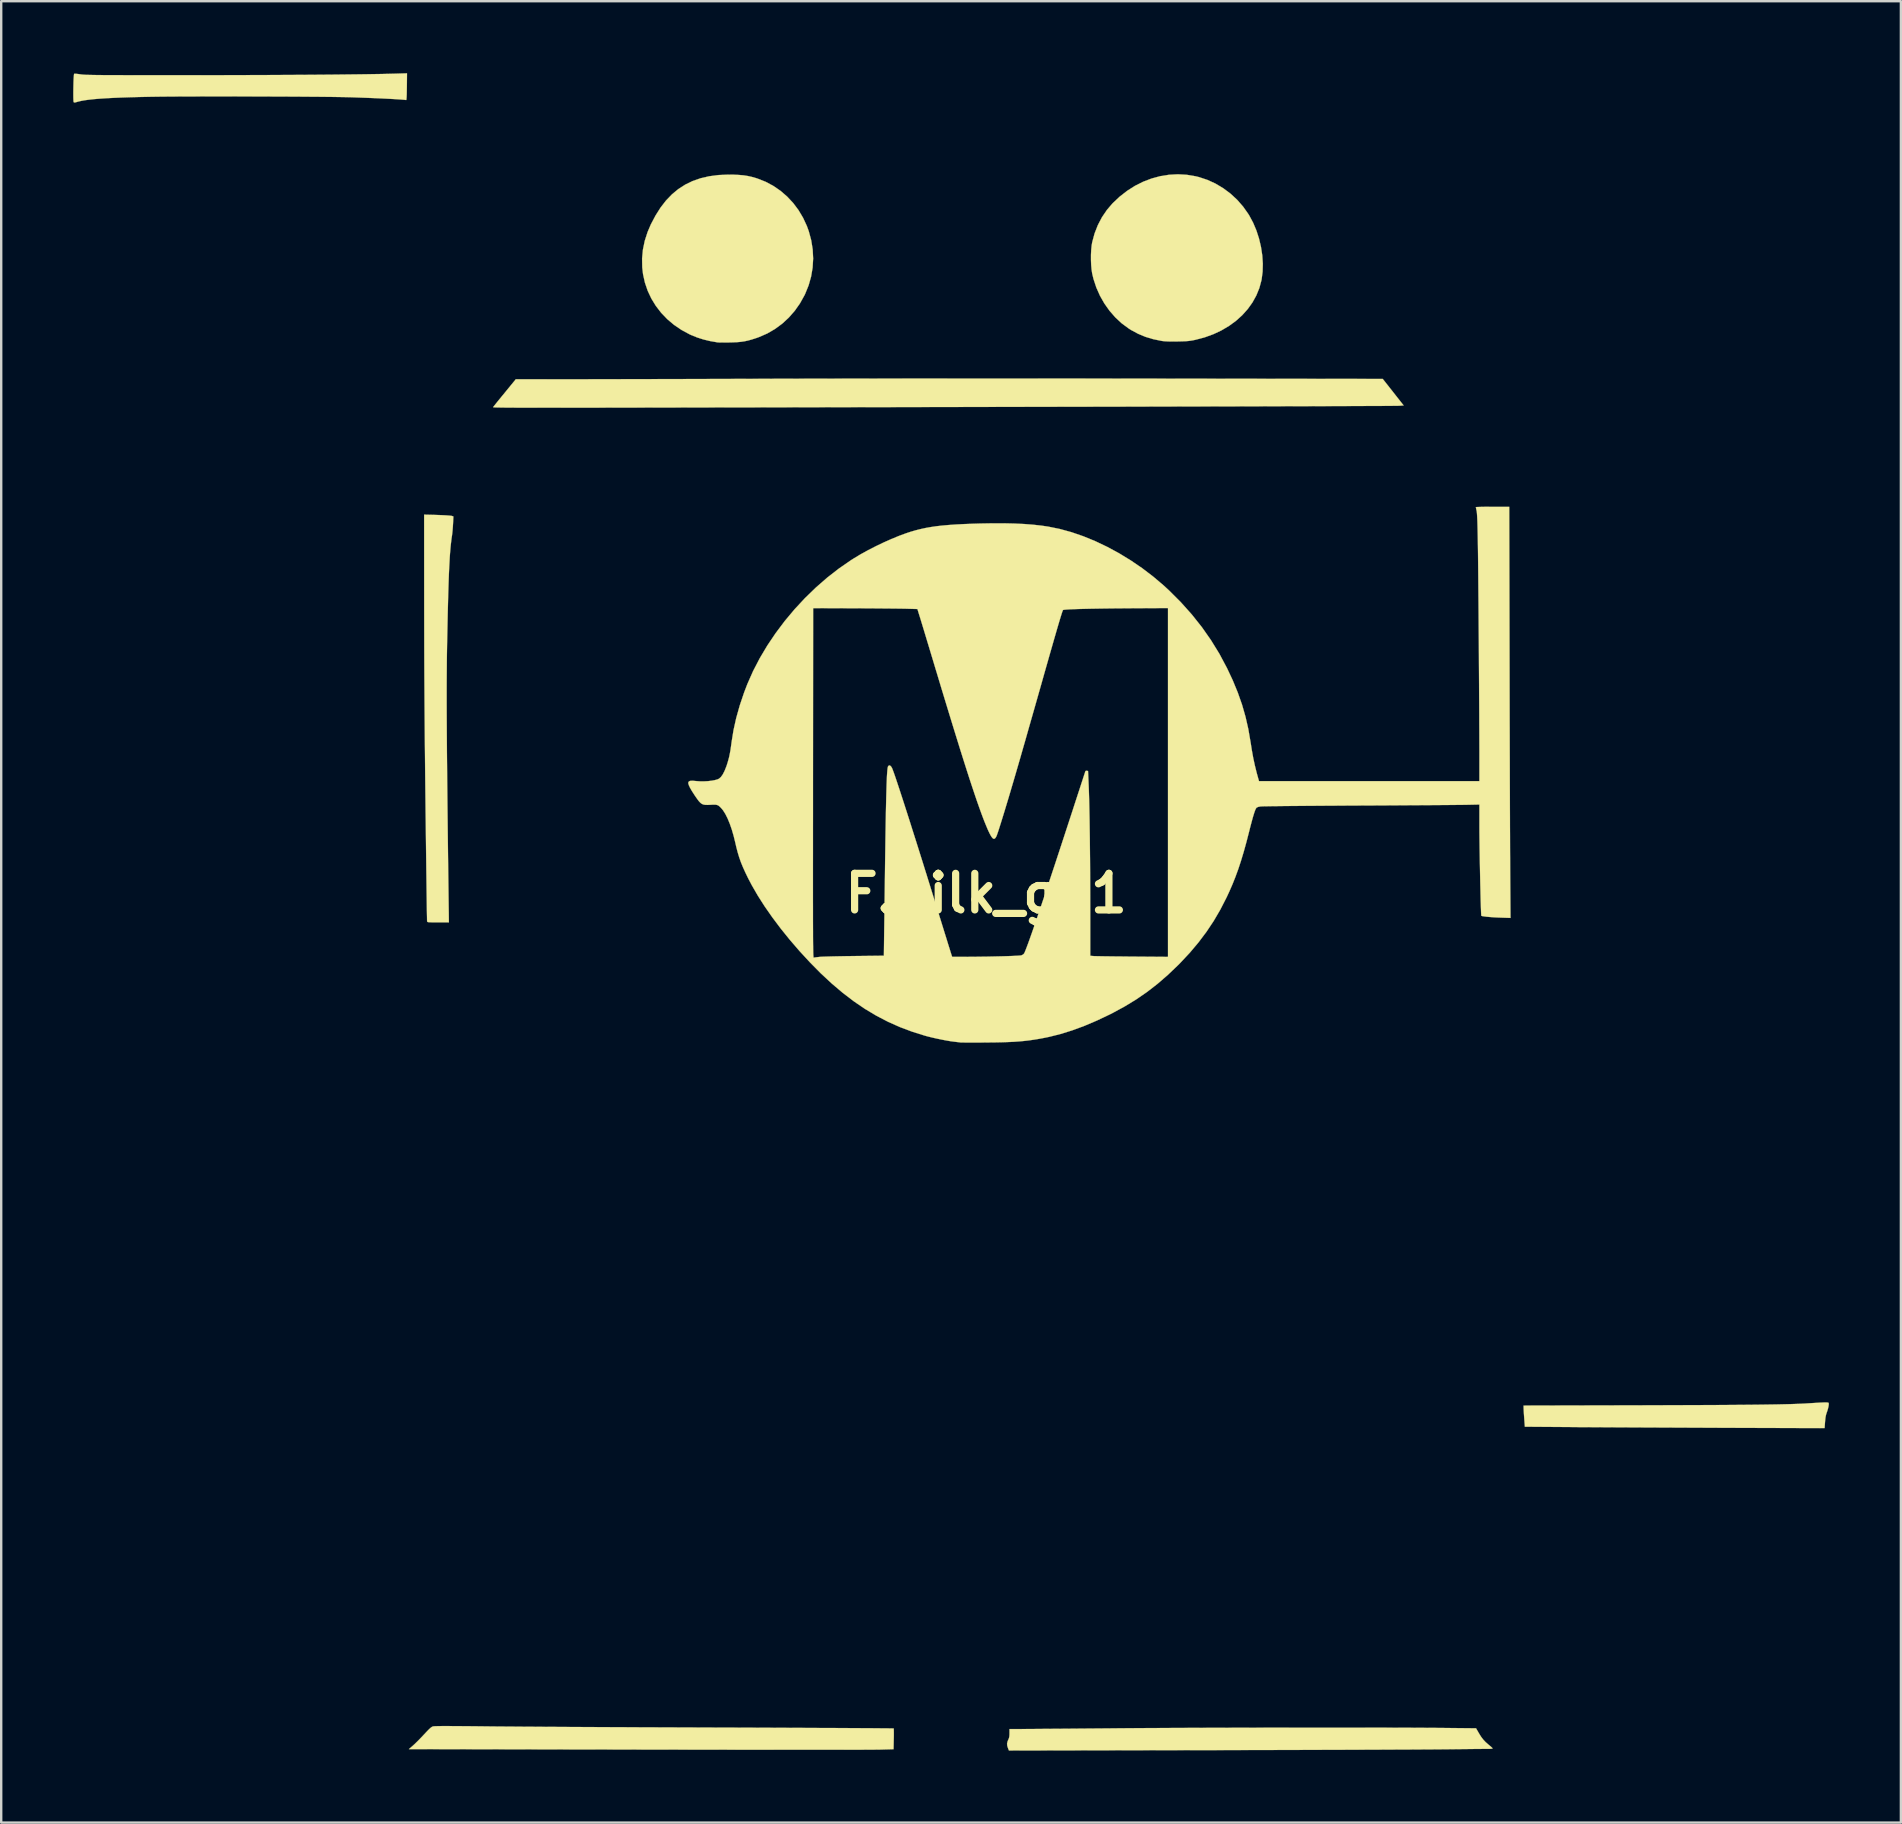
<source format=kicad_pcb>
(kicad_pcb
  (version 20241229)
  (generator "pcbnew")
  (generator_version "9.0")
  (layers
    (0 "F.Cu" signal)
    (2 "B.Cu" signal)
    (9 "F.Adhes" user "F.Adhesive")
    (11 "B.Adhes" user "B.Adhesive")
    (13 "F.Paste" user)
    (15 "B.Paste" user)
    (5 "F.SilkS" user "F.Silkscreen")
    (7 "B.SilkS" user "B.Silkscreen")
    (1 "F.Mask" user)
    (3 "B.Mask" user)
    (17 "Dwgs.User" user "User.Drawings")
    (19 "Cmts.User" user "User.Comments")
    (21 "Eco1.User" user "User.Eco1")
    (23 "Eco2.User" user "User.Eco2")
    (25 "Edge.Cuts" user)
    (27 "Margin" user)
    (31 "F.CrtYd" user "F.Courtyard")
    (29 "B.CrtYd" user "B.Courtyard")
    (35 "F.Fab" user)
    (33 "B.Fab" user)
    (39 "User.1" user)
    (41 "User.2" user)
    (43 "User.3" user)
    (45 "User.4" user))
  (footprint "F.Silk_g31"
    (layer "F.Cu")
    (at 38.037 34.173)
    (property "Reference" "F.Silk_g31" (at 0 0 0) (layer "F.SilkS") (effects (font (size 1.524 1.524) (thickness 0.3))))
    (attr through_hole)
    (fp_poly (pts (xy -10.523 -29.945) (xy -10.298 -29.934) (xy -10.103 -29.917) (xy -9.925 -29.889) (xy -9.752 -29.85) (xy -9.572 -29.798) (xy -9.516 -29.779) (xy -9.178 -29.645) (xy -8.859 -29.473) (xy -8.561 -29.268) (xy -8.287 -29.03) (xy -8.038 -28.763) (xy -7.817 -28.468) (xy -7.627 -28.149) (xy -7.468 -27.806) (xy -7.389 -27.588) (xy -7.287 -27.211) (xy -7.226 -26.831) (xy -7.207 -26.451) (xy -7.229 -26.073) (xy -7.292 -25.7) (xy -7.396 -25.333) (xy -7.541 -24.976) (xy -7.566 -24.924) (xy -7.754 -24.586) (xy -7.973 -24.274) (xy -8.221 -23.991) (xy -8.495 -23.738) (xy -8.795 -23.517) (xy -9.116 -23.33) (xy -9.459 -23.18) (xy -9.579 -23.137) (xy -9.76 -23.079) (xy -9.919 -23.035) (xy -10.067 -23.003) (xy -10.217 -22.981) (xy -10.38 -22.966) (xy -10.567 -22.958) (xy -10.689 -22.955) (xy -10.825 -22.954) (xy -10.949 -22.953) (xy -11.055 -22.953) (xy -11.136 -22.955) (xy -11.182 -22.957) (xy -11.187 -22.958) (xy -11.499 -23.012) (xy -11.78 -23.08) (xy -12.041 -23.163) (xy -12.291 -23.264) (xy -12.355 -23.294) (xy -12.692 -23.476) (xy -13.003 -23.687) (xy -13.285 -23.925) (xy -13.538 -24.189) (xy -13.759 -24.475) (xy -13.947 -24.782) (xy -14.1 -25.106) (xy -14.216 -25.446) (xy -14.294 -25.798) (xy -14.327 -26.079) (xy -14.334 -26.453) (xy -14.299 -26.823) (xy -14.223 -27.189) (xy -14.105 -27.555) (xy -13.969 -27.873) (xy -13.774 -28.243) (xy -13.564 -28.575) (xy -13.337 -28.868) (xy -13.09 -29.125) (xy -12.825 -29.345) (xy -12.538 -29.53) (xy -12.229 -29.68) (xy -11.896 -29.796) (xy -11.538 -29.879) (xy -11.155 -29.929) (xy -10.744 -29.947) (xy -10.523 -29.945)) (stroke (width 0.01) (type solid)) (fill yes) (layer "F.SilkS"))
    (fp_poly (pts (xy 8.362 -29.94) (xy 8.73 -29.878) (xy 8.869 -29.844) (xy 9.222 -29.727) (xy 9.56 -29.572) (xy 9.881 -29.38) (xy 10.182 -29.155) (xy 10.459 -28.899) (xy 10.709 -28.613) (xy 10.929 -28.301) (xy 10.962 -28.247) (xy 11.124 -27.946) (xy 11.261 -27.622) (xy 11.371 -27.282) (xy 11.453 -26.933) (xy 11.506 -26.582) (xy 11.529 -26.235) (xy 11.52 -25.899) (xy 11.479 -25.581) (xy 11.472 -25.547) (xy 11.385 -25.223) (xy 11.259 -24.914) (xy 11.097 -24.621) (xy 10.9 -24.346) (xy 10.671 -24.09) (xy 10.411 -23.856) (xy 10.122 -23.644) (xy 9.807 -23.458) (xy 9.467 -23.298) (xy 9.104 -23.166) (xy 8.72 -23.065) (xy 8.692 -23.059) (xy 8.597 -23.04) (xy 8.51 -23.026) (xy 8.421 -23.015) (xy 8.321 -23.007) (xy 8.202 -23.002) (xy 8.054 -22.998) (xy 7.969 -22.996) (xy 7.778 -22.994) (xy 7.621 -22.996) (xy 7.494 -23.001) (xy 7.389 -23.009) (xy 7.314 -23.019) (xy 6.96 -23.092) (xy 6.634 -23.19) (xy 6.328 -23.318) (xy 6.034 -23.477) (xy 5.934 -23.541) (xy 5.647 -23.753) (xy 5.383 -23.999) (xy 5.142 -24.275) (xy 4.928 -24.577) (xy 4.744 -24.9) (xy 4.592 -25.242) (xy 4.475 -25.596) (xy 4.419 -25.829) (xy 4.394 -25.994) (xy 4.377 -26.187) (xy 4.369 -26.394) (xy 4.369 -26.606) (xy 4.379 -26.809) (xy 4.397 -26.993) (xy 4.42 -27.128) (xy 4.52 -27.498) (xy 4.657 -27.847) (xy 4.829 -28.175) (xy 5.035 -28.478) (xy 5.267 -28.749) (xy 5.561 -29.027) (xy 5.873 -29.27) (xy 6.201 -29.479) (xy 6.543 -29.651) (xy 6.895 -29.785) (xy 7.256 -29.883) (xy 7.622 -29.941) (xy 7.992 -29.961) (xy 8.362 -29.94)) (stroke (width 0.01) (type solid)) (fill yes) (layer "F.SilkS"))
    (fp_poly (pts (xy 35.023 21.212) (xy 35.065 21.216) (xy 35.091 21.222) (xy 35.104 21.231) (xy 35.106 21.236) (xy 35.11 21.283) (xy 35.101 21.359) (xy 35.081 21.453) (xy 35.052 21.555) (xy 35.023 21.637) (xy 34.995 21.726) (xy 34.974 21.83) (xy 34.959 21.96) (xy 34.954 22.024) (xy 34.936 22.278) (xy 34.787 22.279) (xy 34.751 22.28) (xy 34.675 22.279) (xy 34.561 22.279) (xy 34.411 22.279) (xy 34.227 22.278) (xy 34.011 22.278) (xy 33.766 22.277) (xy 33.493 22.276) (xy 33.195 22.275) (xy 32.874 22.274) (xy 32.532 22.273) (xy 32.171 22.272) (xy 31.793 22.27) (xy 31.401 22.269) (xy 30.996 22.268) (xy 30.581 22.266) (xy 30.522 22.266) (xy 30.073 22.264) (xy 29.615 22.262) (xy 29.153 22.26) (xy 28.688 22.258) (xy 28.226 22.256) (xy 27.769 22.254) (xy 27.321 22.252) (xy 26.886 22.25) (xy 26.467 22.248) (xy 26.068 22.246) (xy 25.693 22.244) (xy 25.344 22.242) (xy 25.026 22.24) (xy 24.742 22.239) (xy 24.495 22.237) (xy 24.426 22.236) (xy 22.447 22.222) (xy 22.423 21.901) (xy 22.414 21.777) (xy 22.406 21.658) (xy 22.4 21.555) (xy 22.397 21.478) (xy 22.396 21.46) (xy 22.394 21.341) (xy 27.236 21.33) (xy 27.886 21.328) (xy 28.495 21.326) (xy 29.065 21.324) (xy 29.597 21.322) (xy 30.092 21.32) (xy 30.553 21.318) (xy 30.98 21.315) (xy 31.375 21.312) (xy 31.739 21.309) (xy 32.075 21.306) (xy 32.383 21.302) (xy 32.665 21.298) (xy 32.922 21.294) (xy 33.157 21.289) (xy 33.369 21.284) (xy 33.562 21.279) (xy 33.736 21.273) (xy 33.893 21.267) (xy 34.034 21.261) (xy 34.161 21.254) (xy 34.216 21.25) (xy 34.434 21.237) (xy 34.615 21.226) (xy 34.76 21.218) (xy 34.874 21.213) (xy 34.96 21.211) (xy 35.023 21.212)) (stroke (width 0.01) (type solid)) (fill yes) (layer "F.SilkS"))
    (fp_poly (pts (xy -23.164 -15.774) (xy -22.954 -15.769) (xy -22.764 -15.762) (xy -22.597 -15.755) (xy -22.458 -15.747) (xy -22.35 -15.738) (xy -22.277 -15.73) (xy -22.248 -15.723) (xy -22.197 -15.704) (xy -22.211 -15.403) (xy -22.219 -15.271) (xy -22.23 -15.132) (xy -22.243 -15.003) (xy -22.256 -14.899) (xy -22.257 -14.896) (xy -22.275 -14.773) (xy -22.291 -14.642) (xy -22.307 -14.503) (xy -22.321 -14.352) (xy -22.335 -14.187) (xy -22.348 -14.006) (xy -22.359 -13.807) (xy -22.371 -13.587) (xy -22.382 -13.345) (xy -22.392 -13.078) (xy -22.402 -12.784) (xy -22.412 -12.46) (xy -22.421 -12.105) (xy -22.431 -11.716) (xy -22.44 -11.29) (xy -22.45 -10.827) (xy -22.458 -10.435) (xy -22.462 -10.204) (xy -22.466 -9.964) (xy -22.469 -9.713) (xy -22.471 -9.45) (xy -22.473 -9.173) (xy -22.475 -8.882) (xy -22.476 -8.575) (xy -22.476 -8.249) (xy -22.476 -7.905) (xy -22.475 -7.54) (xy -22.473 -7.153) (xy -22.471 -6.743) (xy -22.468 -6.308) (xy -22.465 -5.846) (xy -22.46 -5.357) (xy -22.456 -4.839) (xy -22.45 -4.29) (xy -22.444 -3.71) (xy -22.437 -3.096) (xy -22.43 -2.447) (xy -22.422 -1.762) (xy -22.413 -1.04) (xy -22.403 -0.278) (xy -22.393 0.524) (xy -22.389 0.778) (xy -22.384 1.207) (xy -22.833 1.207) (xy -22.982 1.206) (xy -23.094 1.206) (xy -23.174 1.204) (xy -23.228 1.2) (xy -23.261 1.195) (xy -23.28 1.186) (xy -23.288 1.174) (xy -23.292 1.159) (xy -23.293 1.133) (xy -23.294 1.068) (xy -23.296 0.963) (xy -23.299 0.823) (xy -23.302 0.647) (xy -23.305 0.439) (xy -23.308 0.2) (xy -23.312 -0.067) (xy -23.316 -0.362) (xy -23.32 -0.681) (xy -23.325 -1.024) (xy -23.329 -1.387) (xy -23.334 -1.77) (xy -23.339 -2.17) (xy -23.344 -2.585) (xy -23.349 -3.013) (xy -23.355 -3.453) (xy -23.356 -3.567) (xy -23.365 -4.342) (xy -23.373 -5.079) (xy -23.38 -5.784) (xy -23.387 -6.46) (xy -23.392 -7.113) (xy -23.397 -7.747) (xy -23.401 -8.367) (xy -23.405 -8.977) (xy -23.408 -9.583) (xy -23.41 -10.188) (xy -23.411 -10.798) (xy -23.412 -11.418) (xy -23.413 -12.012) (xy -23.415 -15.78) (xy -23.164 -15.774)) (stroke (width 0.01) (type solid)) (fill yes) (layer "F.SilkS"))
    (fp_poly (pts (xy 14.527 34.76) (xy 15.072 34.76) (xy 15.602 34.76) (xy 16.113 34.761) (xy 16.603 34.762) (xy 17.07 34.763) (xy 17.51 34.764) (xy 17.922 34.766) (xy 18.301 34.768) (xy 18.647 34.77) (xy 18.955 34.772) (xy 19.218 34.775) (xy 20.413 34.787) (xy 20.535 34.997) (xy 20.622 35.138) (xy 20.71 35.254) (xy 20.809 35.36) (xy 20.932 35.468) (xy 20.971 35.5) (xy 21.033 35.552) (xy 21.079 35.595) (xy 21.102 35.622) (xy 21.103 35.625) (xy 21.084 35.635) (xy 21.034 35.642) (xy 20.971 35.644) (xy 20.93 35.644) (xy 20.849 35.644) (xy 20.734 35.645) (xy 20.586 35.647) (xy 20.409 35.648) (xy 20.208 35.65) (xy 19.984 35.653) (xy 19.742 35.655) (xy 19.484 35.658) (xy 19.215 35.661) (xy 19.061 35.662) (xy 18.908 35.664) (xy 18.715 35.665) (xy 18.483 35.667) (xy 18.215 35.668) (xy 17.912 35.67) (xy 17.576 35.672) (xy 17.209 35.673) (xy 16.813 35.675) (xy 16.39 35.677) (xy 15.942 35.679) (xy 15.47 35.68) (xy 14.976 35.682) (xy 14.463 35.684) (xy 13.933 35.685) (xy 13.386 35.687) (xy 12.825 35.689) (xy 12.253 35.69) (xy 11.67 35.692) (xy 11.079 35.693) (xy 10.482 35.694) (xy 9.88 35.696) (xy 9.276 35.697) (xy 9.117 35.697) (xy 0.952 35.713) (xy 0.918 35.631) (xy 0.881 35.52) (xy 0.873 35.425) (xy 0.894 35.332) (xy 0.918 35.278) (xy 0.948 35.208) (xy 0.965 35.142) (xy 0.973 35.062) (xy 0.974 34.992) (xy 0.974 34.819) (xy 1.434 34.819) (xy 1.506 34.818) (xy 1.617 34.818) (xy 1.766 34.817) (xy 1.949 34.816) (xy 2.164 34.814) (xy 2.409 34.812) (xy 2.681 34.81) (xy 2.977 34.808) (xy 3.295 34.806) (xy 3.633 34.803) (xy 3.987 34.8) (xy 4.355 34.797) (xy 4.735 34.794) (xy 5.124 34.791) (xy 5.493 34.787) (xy 5.89 34.784) (xy 6.318 34.781) (xy 6.774 34.778) (xy 7.254 34.776) (xy 7.756 34.773) (xy 8.277 34.771) (xy 8.816 34.769) (xy 9.368 34.767) (xy 9.932 34.766) (xy 10.504 34.764) (xy 11.082 34.763) (xy 11.664 34.762) (xy 12.246 34.761) (xy 12.826 34.76) (xy 13.402 34.76) (xy 13.97 34.76) (xy 14.527 34.76)) (stroke (width 0.01) (type solid)) (fill yes) (layer "F.SilkS"))
    (fp_poly (pts (xy -22.273 34.696) (xy -22.057 34.697) (xy -21.807 34.699) (xy -21.522 34.701) (xy -21.199 34.704) (xy -20.837 34.708) (xy -20.684 34.71) (xy -20.482 34.712) (xy -20.24 34.714) (xy -19.96 34.716) (xy -19.645 34.718) (xy -19.296 34.721) (xy -18.916 34.723) (xy -18.507 34.726) (xy -18.071 34.728) (xy -17.612 34.731) (xy -17.129 34.733) (xy -16.627 34.736) (xy -16.107 34.738) (xy -15.572 34.741) (xy -15.024 34.743) (xy -14.464 34.746) (xy -13.896 34.748) (xy -13.321 34.75) (xy -12.742 34.752) (xy -12.161 34.754) (xy -11.58 34.756) (xy -11.134 34.758) (xy -10.581 34.759) (xy -10.04 34.761) (xy -9.511 34.763) (xy -8.996 34.765) (xy -8.496 34.767) (xy -8.014 34.769) (xy -7.55 34.771) (xy -7.106 34.773) (xy -6.683 34.775) (xy -6.284 34.776) (xy -5.91 34.778) (xy -5.561 34.78) (xy -5.24 34.782) (xy -4.949 34.784) (xy -4.689 34.785) (xy -4.46 34.787) (xy -4.266 34.789) (xy -4.107 34.79) (xy -3.985 34.791) (xy -3.901 34.793) (xy -3.857 34.794) (xy -3.851 34.794) (xy -3.848 34.819) (xy -3.846 34.879) (xy -3.845 34.969) (xy -3.845 35.081) (xy -3.847 35.208) (xy -3.848 35.234) (xy -3.857 35.659) (xy -4.366 35.673) (xy -4.435 35.675) (xy -4.533 35.676) (xy -4.66 35.677) (xy -4.816 35.678) (xy -5.001 35.679) (xy -5.218 35.68) (xy -5.465 35.681) (xy -5.743 35.681) (xy -6.054 35.682) (xy -6.397 35.682) (xy -6.773 35.682) (xy -7.183 35.682) (xy -7.626 35.682) (xy -8.105 35.682) (xy -8.618 35.682) (xy -9.167 35.681) (xy -9.752 35.681) (xy -10.373 35.68) (xy -11.032 35.679) (xy -11.728 35.678) (xy -12.463 35.677) (xy -13.236 35.676) (xy -14.049 35.675) (xy -14.901 35.673) (xy -15.794 35.671) (xy -16.727 35.67) (xy -17.702 35.668) (xy -18.698 35.666) (xy -24.051 35.655) (xy -23.884 35.511) (xy -23.816 35.449) (xy -23.727 35.362) (xy -23.625 35.261) (xy -23.52 35.152) (xy -23.425 35.051) (xy -23.32 34.939) (xy -23.238 34.854) (xy -23.174 34.793) (xy -23.125 34.751) (xy -23.084 34.725) (xy -23.049 34.71) (xy -23.048 34.71) (xy -23.025 34.706) (xy -22.985 34.703) (xy -22.926 34.7) (xy -22.846 34.698) (xy -22.743 34.696) (xy -22.614 34.695) (xy -22.458 34.695) (xy -22.273 34.696)) (stroke (width 0.01) (type solid)) (fill yes) (layer "F.SilkS"))
    (fp_poly (pts (xy -24.135 -33.61) (xy -24.138 -33.427) (xy -24.141 -33.278) (xy -24.146 -33.166) (xy -24.152 -33.091) (xy -24.159 -33.057) (xy -24.162 -33.055) (xy -24.24 -33.065) (xy -24.359 -33.075) (xy -24.517 -33.086) (xy -24.714 -33.098) (xy -24.946 -33.11) (xy -25.214 -33.123) (xy -25.515 -33.136) (xy -25.849 -33.149) (xy -26.213 -33.162) (xy -26.458 -33.171) (xy -26.592 -33.174) (xy -26.765 -33.178) (xy -26.974 -33.181) (xy -27.217 -33.185) (xy -27.489 -33.188) (xy -27.789 -33.191) (xy -28.112 -33.193) (xy -28.457 -33.196) (xy -28.819 -33.198) (xy -29.197 -33.2) (xy -29.586 -33.201) (xy -29.983 -33.203) (xy -30.387 -33.204) (xy -30.793 -33.205) (xy -31.199 -33.205) (xy -31.601 -33.206) (xy -31.996 -33.206) (xy -32.382 -33.206) (xy -32.755 -33.205) (xy -33.113 -33.204) (xy -33.452 -33.203) (xy -33.769 -33.202) (xy -34.061 -33.2) (xy -34.325 -33.198) (xy -34.558 -33.195) (xy -34.757 -33.192) (xy -34.819 -33.191) (xy -35.267 -33.182) (xy -35.675 -33.171) (xy -36.043 -33.159) (xy -36.375 -33.145) (xy -36.672 -33.129) (xy -36.935 -33.112) (xy -37.167 -33.093) (xy -37.369 -33.071) (xy -37.543 -33.048) (xy -37.691 -33.022) (xy -37.815 -32.994) (xy -37.872 -32.978) (xy -37.942 -32.958) (xy -37.983 -32.952) (xy -38.007 -32.96) (xy -38.018 -32.97) (xy -38.024 -32.999) (xy -38.028 -33.062) (xy -38.031 -33.154) (xy -38.032 -33.268) (xy -38.032 -33.397) (xy -38.03 -33.534) (xy -38.027 -33.672) (xy -38.024 -33.804) (xy -38.019 -33.924) (xy -38.013 -34.025) (xy -38.007 -34.099) (xy -38 -34.141) (xy -37.997 -34.147) (xy -37.971 -34.151) (xy -37.912 -34.148) (xy -37.829 -34.139) (xy -37.739 -34.126) (xy -37.709 -34.122) (xy -37.676 -34.118) (xy -37.639 -34.114) (xy -37.595 -34.111) (xy -37.544 -34.108) (xy -37.483 -34.105) (xy -37.41 -34.103) (xy -37.323 -34.101) (xy -37.222 -34.099) (xy -37.103 -34.097) (xy -36.966 -34.095) (xy -36.808 -34.094) (xy -36.628 -34.093) (xy -36.423 -34.092) (xy -36.193 -34.092) (xy -35.935 -34.091) (xy -35.647 -34.091) (xy -35.328 -34.09) (xy -34.976 -34.09) (xy -34.59 -34.09) (xy -34.166 -34.09) (xy -33.705 -34.09) (xy -33.203 -34.09) (xy -33.105 -34.09) (xy -32.43 -34.091) (xy -31.768 -34.091) (xy -31.121 -34.093) (xy -30.491 -34.095) (xy -29.88 -34.097) (xy -29.288 -34.1) (xy -28.719 -34.103) (xy -28.174 -34.106) (xy -27.654 -34.11) (xy -27.161 -34.114) (xy -26.698 -34.119) (xy -26.266 -34.124) (xy -25.867 -34.129) (xy -25.503 -34.135) (xy -25.175 -34.14) (xy -24.885 -34.147) (xy -24.635 -34.153) (xy -24.569 -34.155) (xy -24.129 -34.168) (xy -24.135 -33.61)) (stroke (width 0.01) (type solid)) (fill yes) (layer "F.SilkS"))
    (fp_poly (pts (xy 1.388 -21.452) (xy 2.145 -21.452) (xy 2.899 -21.451) (xy 3.649 -21.451) (xy 4.392 -21.45) (xy 5.126 -21.45) (xy 5.847 -21.449) (xy 6.554 -21.448) (xy 6.744 -21.448) (xy 16.526 -21.435) (xy 16.961 -20.883) (xy 17.396 -20.331) (xy 17.202 -20.317) (xy 17.168 -20.316) (xy 17.093 -20.315) (xy 16.979 -20.314) (xy 16.824 -20.313) (xy 16.629 -20.311) (xy 16.393 -20.31) (xy 16.116 -20.309) (xy 15.799 -20.308) (xy 15.441 -20.306) (xy 15.043 -20.305) (xy 14.604 -20.303) (xy 14.123 -20.302) (xy 13.602 -20.3) (xy 13.04 -20.298) (xy 12.438 -20.297) (xy 11.793 -20.295) (xy 11.108 -20.293) (xy 10.382 -20.291) (xy 9.615 -20.289) (xy 8.806 -20.288) (xy 7.956 -20.286) (xy 7.064 -20.284) (xy 6.131 -20.281) (xy 5.157 -20.279) (xy 4.141 -20.277) (xy 3.083 -20.275) (xy 1.984 -20.273) (xy 0.843 -20.27) (xy -0.34 -20.268) (xy -1.565 -20.265) (xy -2.831 -20.263) (xy -4.14 -20.26) (xy -5.49 -20.258) (xy -6.883 -20.255) (xy -8.317 -20.252) (xy -9.794 -20.249) (xy -11.313 -20.247) (xy -12.874 -20.244) (xy -13.227 -20.243) (xy -13.899 -20.242) (xy -14.529 -20.241) (xy -15.12 -20.24) (xy -15.672 -20.239) (xy -16.187 -20.238) (xy -16.665 -20.238) (xy -17.109 -20.237) (xy -17.519 -20.237) (xy -17.896 -20.236) (xy -18.243 -20.236) (xy -18.559 -20.236) (xy -18.846 -20.237) (xy -19.106 -20.237) (xy -19.34 -20.238) (xy -19.548 -20.238) (xy -19.733 -20.239) (xy -19.895 -20.24) (xy -20.035 -20.241) (xy -20.156 -20.242) (xy -20.257 -20.244) (xy -20.341 -20.245) (xy -20.408 -20.247) (xy -20.46 -20.249) (xy -20.498 -20.251) (xy -20.524 -20.254) (xy -20.538 -20.256) (xy -20.541 -20.259) (xy -20.541 -20.259) (xy -20.524 -20.282) (xy -20.483 -20.333) (xy -20.422 -20.41) (xy -20.344 -20.507) (xy -20.251 -20.621) (xy -20.148 -20.747) (xy -20.06 -20.854) (xy -19.597 -21.421) (xy -17.117 -21.422) (xy -16.873 -21.422) (xy -16.589 -21.422) (xy -16.268 -21.423) (xy -15.914 -21.423) (xy -15.529 -21.424) (xy -15.115 -21.425) (xy -14.676 -21.426) (xy -14.215 -21.427) (xy -13.734 -21.428) (xy -13.237 -21.429) (xy -12.725 -21.43) (xy -12.203 -21.432) (xy -11.672 -21.433) (xy -11.135 -21.435) (xy -10.596 -21.436) (xy -10.058 -21.438) (xy -9.522 -21.439) (xy -8.992 -21.441) (xy -8.837 -21.442) (xy -8.405 -21.443) (xy -7.934 -21.444) (xy -7.425 -21.445) (xy -6.881 -21.446) (xy -6.306 -21.447) (xy -5.702 -21.448) (xy -5.07 -21.449) (xy -4.415 -21.45) (xy -3.737 -21.45) (xy -3.041 -21.451) (xy -2.329 -21.451) (xy -1.603 -21.452) (xy -0.865 -21.452) (xy -0.119 -21.452) (xy 0.633 -21.452) (xy 1.388 -21.452)) (stroke (width 0.01) (type solid)) (fill yes) (layer "F.SilkS"))
    (fp_poly (pts (xy 21.81 -9.382) (xy 21.811 -8.828) (xy 21.812 -8.275) (xy 21.813 -7.723) (xy 21.814 -7.176) (xy 21.816 -6.635) (xy 21.817 -6.103) (xy 21.819 -5.582) (xy 21.82 -5.075) (xy 21.821 -4.583) (xy 21.823 -4.108) (xy 21.824 -3.654) (xy 21.826 -3.222) (xy 21.827 -2.814) (xy 21.829 -2.432) (xy 21.83 -2.08) (xy 21.831 -1.759) (xy 21.833 -1.47) (xy 21.834 -1.218) (xy 21.835 -1.003) (xy 21.836 -0.828) (xy 21.836 -0.817) (xy 21.849 1.023) (xy 21.45 1.01) (xy 21.288 1.004) (xy 21.132 0.995) (xy 20.987 0.984) (xy 20.859 0.973) (xy 20.754 0.96) (xy 20.678 0.948) (xy 20.637 0.936) (xy 20.633 0.934) (xy 20.63 0.911) (xy 20.626 0.848) (xy 20.622 0.751) (xy 20.617 0.621) (xy 20.612 0.464) (xy 20.606 0.282) (xy 20.601 0.078) (xy 20.596 -0.143) (xy 20.59 -0.378) (xy 20.585 -0.624) (xy 20.58 -0.877) (xy 20.575 -1.133) (xy 20.57 -1.39) (xy 20.566 -1.643) (xy 20.562 -1.889) (xy 20.559 -2.125) (xy 20.556 -2.346) (xy 20.554 -2.55) (xy 20.553 -2.733) (xy 20.553 -2.876) (xy 20.553 -3.702) (xy 20.018 -3.691) (xy 19.941 -3.69) (xy 19.824 -3.688) (xy 19.67 -3.687) (xy 19.481 -3.685) (xy 19.259 -3.683) (xy 19.007 -3.681) (xy 18.727 -3.679) (xy 18.423 -3.677) (xy 18.096 -3.675) (xy 17.749 -3.673) (xy 17.384 -3.671) (xy 17.003 -3.668) (xy 16.61 -3.666) (xy 16.207 -3.664) (xy 15.796 -3.662) (xy 15.526 -3.661) (xy 15.087 -3.659) (xy 14.663 -3.656) (xy 14.258 -3.654) (xy 13.872 -3.651) (xy 13.507 -3.649) (xy 13.165 -3.646) (xy 12.848 -3.643) (xy 12.558 -3.641) (xy 12.297 -3.638) (xy 12.067 -3.635) (xy 11.869 -3.633) (xy 11.705 -3.63) (xy 11.577 -3.628) (xy 11.488 -3.625) (xy 11.438 -3.623) (xy 11.431 -3.622) (xy 11.339 -3.604) (xy 11.281 -3.578) (xy 11.256 -3.556) (xy 11.23 -3.511) (xy 11.198 -3.434) (xy 11.161 -3.323) (xy 11.116 -3.176) (xy 11.066 -2.993) (xy 11.007 -2.771) (xy 10.953 -2.556) (xy 10.841 -2.122) (xy 10.731 -1.725) (xy 10.62 -1.357) (xy 10.507 -1.014) (xy 10.388 -0.688) (xy 10.263 -0.374) (xy 10.128 -0.066) (xy 10.013 0.18) (xy 9.758 0.677) (xy 9.482 1.149) (xy 9.181 1.601) (xy 8.851 2.039) (xy 8.489 2.47) (xy 8.089 2.897) (xy 7.991 2.996) (xy 7.567 3.401) (xy 7.141 3.77) (xy 6.706 4.107) (xy 6.253 4.419) (xy 5.777 4.709) (xy 5.27 4.984) (xy 5.154 5.043) (xy 4.615 5.299) (xy 4.096 5.52) (xy 3.592 5.706) (xy 3.102 5.859) (xy 2.623 5.979) (xy 2.424 6.02) (xy 2.206 6.061) (xy 1.999 6.095) (xy 1.797 6.124) (xy 1.594 6.148) (xy 1.385 6.167) (xy 1.163 6.183) (xy 0.923 6.194) (xy 0.659 6.203) (xy 0.365 6.209) (xy 0.036 6.212) (xy -0.021 6.213) (xy -0.223 6.214) (xy -0.415 6.215) (xy -0.59 6.215) (xy -0.745 6.215) (xy -0.875 6.214) (xy -0.975 6.213) (xy -1.042 6.212) (xy -1.069 6.211) (xy -1.118 6.204) (xy -1.196 6.195) (xy -1.289 6.184) (xy -1.333 6.179) (xy -1.478 6.16) (xy -1.653 6.13) (xy -1.847 6.093) (xy -2.049 6.051) (xy -2.248 6.006) (xy -2.434 5.96) (xy -2.553 5.928) (xy -3.082 5.762) (xy -3.593 5.57) (xy -4.089 5.349) (xy -4.571 5.098) (xy -5.044 4.816) (xy -5.509 4.499) (xy -5.969 4.148) (xy -6.427 3.76) (xy -6.886 3.334) (xy -7.347 2.867) (xy -7.353 2.86) (xy -7.777 2.4) (xy -8.178 1.935) (xy -8.555 1.468) (xy -8.905 1.002) (xy -9.226 0.542) (xy -9.515 0.089) (xy -9.769 -0.351) (xy -9.792 -0.396) (xy -7.215 -0.396) (xy -7.215 -0.028) (xy -7.215 0.31) (xy -7.214 0.618) (xy -7.214 0.898) (xy -7.214 1.152) (xy -7.213 1.381) (xy -7.212 1.586) (xy -7.212 1.768) (xy -7.211 1.929) (xy -7.21 2.07) (xy -7.208 2.192) (xy -7.207 2.297) (xy -7.205 2.385) (xy -7.204 2.459) (xy -7.202 2.52) (xy -7.2 2.568) (xy -7.197 2.606) (xy -7.195 2.634) (xy -7.192 2.654) (xy -7.19 2.667) (xy -7.186 2.675) (xy -7.183 2.678) (xy -7.18 2.679) (xy -7.178 2.678) (xy -7.141 2.671) (xy -7.072 2.662) (xy -6.984 2.652) (xy -6.919 2.645) (xy -6.856 2.641) (xy -6.756 2.637) (xy -6.624 2.633) (xy -6.462 2.628) (xy -6.278 2.624) (xy -6.074 2.62) (xy -5.856 2.616) (xy -5.628 2.613) (xy -5.48 2.611) (xy -4.26 2.597) (xy -4.246 1.515) (xy -4.239 1.006) (xy -4.233 0.536) (xy -4.227 0.105) (xy -4.222 -0.292) (xy -4.217 -0.654) (xy -4.213 -0.986) (xy -4.209 -1.289) (xy -4.205 -1.566) (xy -4.201 -1.818) (xy -4.198 -2.048) (xy -4.195 -2.258) (xy -4.192 -2.451) (xy -4.189 -2.629) (xy -4.186 -2.793) (xy -4.184 -2.947) (xy -4.181 -3.092) (xy -4.178 -3.232) (xy -4.176 -3.367) (xy -4.173 -3.5) (xy -4.17 -3.634) (xy -4.169 -3.672) (xy -4.162 -3.991) (xy -4.154 -4.27) (xy -4.147 -4.511) (xy -4.139 -4.715) (xy -4.132 -4.885) (xy -4.123 -5.023) (xy -4.114 -5.131) (xy -4.105 -5.21) (xy -4.095 -5.264) (xy -4.086 -5.291) (xy -4.05 -5.329) (xy -4.006 -5.328) (xy -3.961 -5.289) (xy -3.922 -5.226) (xy -3.898 -5.167) (xy -3.861 -5.069) (xy -3.813 -4.934) (xy -3.754 -4.761) (xy -3.685 -4.554) (xy -3.605 -4.312) (xy -3.515 -4.037) (xy -3.416 -3.732) (xy -3.308 -3.396) (xy -3.191 -3.031) (xy -3.067 -2.638) (xy -2.934 -2.22) (xy -2.794 -1.776) (xy -2.647 -1.309) (xy -2.494 -0.819) (xy -2.335 -0.308) (xy -2.17 0.222) (xy -2.022 0.699) (xy -1.941 0.959) (xy -1.863 1.211) (xy -1.789 1.45) (xy -1.72 1.673) (xy -1.656 1.877) (xy -1.6 2.059) (xy -1.551 2.216) (xy -1.511 2.343) (xy -1.482 2.438) (xy -1.463 2.498) (xy -1.458 2.514) (xy -1.415 2.646) (xy -0.861 2.645) (xy -0.635 2.643) (xy -0.401 2.641) (xy -0.165 2.638) (xy 0.071 2.635) (xy 0.301 2.63) (xy 0.522 2.625) (xy 0.73 2.62) (xy 0.921 2.614) (xy 1.089 2.608) (xy 1.232 2.601) (xy 1.345 2.595) (xy 1.425 2.589) (xy 1.466 2.583) (xy 1.466 2.583) (xy 1.527 2.555) (xy 1.573 2.516) (xy 1.578 2.51) (xy 1.604 2.46) (xy 1.642 2.37) (xy 1.692 2.24) (xy 1.756 2.07) (xy 1.831 1.86) (xy 1.919 1.61) (xy 2.02 1.32) (xy 2.132 0.991) (xy 2.257 0.623) (xy 2.394 0.216) (xy 2.543 -0.231) (xy 2.704 -0.716) (xy 2.878 -1.24) (xy 3.063 -1.803) (xy 3.26 -2.404) (xy 3.469 -3.044) (xy 3.609 -3.471) (xy 3.69 -3.722) (xy 3.768 -3.961) (xy 3.841 -4.185) (xy 3.909 -4.392) (xy 3.969 -4.578) (xy 4.022 -4.74) (xy 4.066 -4.876) (xy 4.101 -4.981) (xy 4.124 -5.053) (xy 4.136 -5.09) (xy 4.137 -5.093) (xy 4.161 -5.108) (xy 4.196 -5.107) (xy 4.247 -5.098) (xy 4.273 -4.501) (xy 4.281 -4.29) (xy 4.289 -4.039) (xy 4.296 -3.752) (xy 4.303 -3.432) (xy 4.31 -3.082) (xy 4.315 -2.704) (xy 4.321 -2.303) (xy 4.325 -1.881) (xy 4.33 -1.441) (xy 4.333 -0.987) (xy 4.335 -0.52) (xy 4.337 -0.045) (xy 4.338 0.435) (xy 4.339 0.702) (xy 4.339 2.6) (xy 4.471 2.612) (xy 4.515 2.614) (xy 4.596 2.616) (xy 4.713 2.618) (xy 4.86 2.621) (xy 5.035 2.623) (xy 5.233 2.626) (xy 5.45 2.628) (xy 5.683 2.63) (xy 5.929 2.633) (xy 6.091 2.634) (xy 7.578 2.645) (xy 7.578 -11.888) (xy 6.154 -11.881) (xy 5.743 -11.878) (xy 5.358 -11.875) (xy 4.999 -11.871) (xy 4.668 -11.866) (xy 4.367 -11.861) (xy 4.097 -11.855) (xy 3.86 -11.849) (xy 3.657 -11.842) (xy 3.49 -11.835) (xy 3.359 -11.827) (xy 3.268 -11.819) (xy 3.216 -11.81) (xy 3.205 -11.806) (xy 3.194 -11.785) (xy 3.176 -11.738) (xy 3.151 -11.664) (xy 3.119 -11.562) (xy 3.078 -11.429) (xy 3.029 -11.265) (xy 2.971 -11.068) (xy 2.904 -10.837) (xy 2.827 -10.571) (xy 2.74 -10.267) (xy 2.642 -9.926) (xy 2.558 -9.631) (xy 2.416 -9.132) (xy 2.286 -8.671) (xy 2.165 -8.247) (xy 2.054 -7.856) (xy 1.952 -7.498) (xy 1.858 -7.17) (xy 1.772 -6.869) (xy 1.694 -6.593) (xy 1.622 -6.34) (xy 1.555 -6.109) (xy 1.494 -5.896) (xy 1.438 -5.699) (xy 1.385 -5.517) (xy 1.336 -5.347) (xy 1.289 -5.187) (xy 1.245 -5.034) (xy 1.202 -4.887) (xy 1.16 -4.744) (xy 1.118 -4.601) (xy 1.103 -4.551) (xy 1.01 -4.234) (xy 0.92 -3.933) (xy 0.835 -3.652) (xy 0.756 -3.391) (xy 0.683 -3.154) (xy 0.618 -2.944) (xy 0.56 -2.762) (xy 0.512 -2.611) (xy 0.472 -2.494) (xy 0.443 -2.413) (xy 0.428 -2.377) (xy 0.39 -2.311) (xy 0.351 -2.276) (xy 0.31 -2.274) (xy 0.265 -2.306) (xy 0.214 -2.373) (xy 0.155 -2.478) (xy 0.087 -2.62) (xy 0.056 -2.69) (xy -0.007 -2.84) (xy -0.075 -3.007) (xy -0.147 -3.195) (xy -0.224 -3.403) (xy -0.306 -3.633) (xy -0.395 -3.886) (xy -0.489 -4.164) (xy -0.591 -4.469) (xy -0.7 -4.8) (xy -0.816 -5.161) (xy -0.94 -5.551) (xy -1.073 -5.973) (xy -1.214 -6.428) (xy -1.365 -6.916) (xy -1.526 -7.441) (xy -1.697 -8.001) (xy -1.879 -8.6) (xy -2.071 -9.239) (xy -2.072 -9.239) (xy -2.158 -9.526) (xy -2.243 -9.808) (xy -2.325 -10.08) (xy -2.403 -10.339) (xy -2.477 -10.582) (xy -2.544 -10.806) (xy -2.605 -11.007) (xy -2.658 -11.182) (xy -2.702 -11.327) (xy -2.736 -11.439) (xy -2.76 -11.515) (xy -2.764 -11.528) (xy -2.863 -11.848) (xy -3.352 -11.861) (xy -3.453 -11.863) (xy -3.592 -11.865) (xy -3.764 -11.867) (xy -3.965 -11.869) (xy -4.19 -11.871) (xy -4.435 -11.873) (xy -4.694 -11.875) (xy -4.965 -11.877) (xy -5.241 -11.878) (xy -5.519 -11.879) (xy -5.524 -11.879) (xy -7.207 -11.885) (xy -7.213 -4.597) (xy -7.213 -3.938) (xy -7.213 -3.319) (xy -7.214 -2.74) (xy -7.214 -2.2) (xy -7.214 -1.697) (xy -7.215 -1.229) (xy -7.215 -0.796) (xy -7.215 -0.396) (xy -9.792 -0.396) (xy -9.912 -0.624) (xy -10.032 -0.871) (xy -10.132 -1.092) (xy -10.217 -1.299) (xy -10.288 -1.502) (xy -10.351 -1.71) (xy -10.409 -1.934) (xy -10.447 -2.1) (xy -10.518 -2.39) (xy -10.596 -2.66) (xy -10.682 -2.906) (xy -10.772 -3.124) (xy -10.866 -3.311) (xy -10.962 -3.462) (xy -11.02 -3.533) (xy -11.088 -3.605) (xy -11.146 -3.654) (xy -11.206 -3.683) (xy -11.277 -3.696) (xy -11.371 -3.697) (xy -11.468 -3.692) (xy -11.592 -3.686) (xy -11.692 -3.687) (xy -11.773 -3.7) (xy -11.842 -3.728) (xy -11.906 -3.775) (xy -11.972 -3.846) (xy -12.045 -3.944) (xy -12.134 -4.072) (xy -12.152 -4.1) (xy -12.26 -4.267) (xy -12.339 -4.405) (xy -12.389 -4.513) (xy -12.41 -4.591) (xy -12.404 -4.634) (xy -12.381 -4.664) (xy -12.344 -4.683) (xy -12.287 -4.692) (xy -12.204 -4.69) (xy -12.087 -4.68) (xy -12.063 -4.678) (xy -11.912 -4.667) (xy -11.752 -4.667) (xy -11.59 -4.676) (xy -11.437 -4.694) (xy -11.301 -4.719) (xy -11.191 -4.75) (xy -11.132 -4.777) (xy -11.052 -4.846) (xy -10.973 -4.956) (xy -10.896 -5.106) (xy -10.821 -5.295) (xy -10.775 -5.436) (xy -10.738 -5.565) (xy -10.706 -5.688) (xy -10.679 -5.817) (xy -10.653 -5.959) (xy -10.629 -6.126) (xy -10.605 -6.303) (xy -10.525 -6.799) (xy -10.411 -7.311) (xy -10.263 -7.836) (xy -10.084 -8.367) (xy -9.947 -8.724) (xy -9.708 -9.264) (xy -9.43 -9.8) (xy -9.115 -10.329) (xy -8.766 -10.847) (xy -8.387 -11.351) (xy -7.98 -11.837) (xy -7.547 -12.303) (xy -7.093 -12.743) (xy -6.619 -13.157) (xy -6.129 -13.538) (xy -5.625 -13.886) (xy -5.527 -13.948) (xy -5.242 -14.12) (xy -4.933 -14.291) (xy -4.608 -14.458) (xy -4.277 -14.617) (xy -3.948 -14.764) (xy -3.629 -14.895) (xy -3.328 -15.006) (xy -3.136 -15.069) (xy -2.936 -15.127) (xy -2.734 -15.178) (xy -2.528 -15.223) (xy -2.311 -15.262) (xy -2.081 -15.296) (xy -1.833 -15.324) (xy -1.563 -15.348) (xy -1.267 -15.369) (xy -0.94 -15.386) (xy -0.579 -15.4) (xy -0.246 -15.41) (xy 0.264 -15.419) (xy 0.736 -15.419) (xy 1.173 -15.409) (xy 1.579 -15.39) (xy 1.955 -15.361) (xy 2.306 -15.322) (xy 2.582 -15.282) (xy 3.065 -15.184) (xy 3.557 -15.049) (xy 4.056 -14.877) (xy 4.557 -14.671) (xy 5.056 -14.433) (xy 5.55 -14.165) (xy 6.035 -13.868) (xy 6.508 -13.545) (xy 6.964 -13.197) (xy 7.4 -12.827) (xy 7.623 -12.621) (xy 8.117 -12.127) (xy 8.572 -11.618) (xy 8.989 -11.093) (xy 9.37 -10.549) (xy 9.717 -9.986) (xy 10.03 -9.399) (xy 10.031 -9.398) (xy 10.276 -8.877) (xy 10.485 -8.369) (xy 10.662 -7.867) (xy 10.807 -7.362) (xy 10.924 -6.849) (xy 11.015 -6.32) (xy 11.016 -6.318) (xy 11.072 -5.962) (xy 11.131 -5.635) (xy 11.198 -5.326) (xy 11.274 -5.02) (xy 11.338 -4.789) (xy 11.37 -4.678) (xy 20.553 -4.678) (xy 20.553 -5.678) (xy 20.553 -5.907) (xy 20.552 -6.169) (xy 20.551 -6.462) (xy 20.55 -6.783) (xy 20.548 -7.128) (xy 20.547 -7.495) (xy 20.545 -7.881) (xy 20.542 -8.282) (xy 20.54 -8.695) (xy 20.537 -9.117) (xy 20.534 -9.546) (xy 20.532 -9.978) (xy 20.529 -10.41) (xy 20.525 -10.839) (xy 20.522 -11.262) (xy 20.519 -11.676) (xy 20.516 -12.078) (xy 20.512 -12.464) (xy 20.509 -12.832) (xy 20.506 -13.179) (xy 20.503 -13.501) (xy 20.5 -13.796) (xy 20.497 -14.06) (xy 20.494 -14.291) (xy 20.491 -14.484) (xy 20.489 -14.616) (xy 20.484 -14.893) (xy 20.479 -15.131) (xy 20.474 -15.332) (xy 20.469 -15.5) (xy 20.463 -15.637) (xy 20.457 -15.746) (xy 20.451 -15.831) (xy 20.445 -15.893) (xy 20.437 -15.937) (xy 20.437 -15.938) (xy 20.421 -16.011) (xy 20.41 -16.066) (xy 20.405 -16.092) (xy 20.426 -16.096) (xy 20.483 -16.099) (xy 20.573 -16.102) (xy 20.691 -16.105) (xy 20.831 -16.107) (xy 20.989 -16.108) (xy 21.1 -16.108) (xy 21.796 -16.108) (xy 21.81 -9.382)) (stroke (width 0.01) (type solid)) (fill yes) (layer "F.SilkS")))
  (gr_rect
    (start -3 -3)
    (end 76.152 72.891)
    (stroke (width 0.1) (type default))
    (fill no)
    (layer "Edge.Cuts")))
</source>
